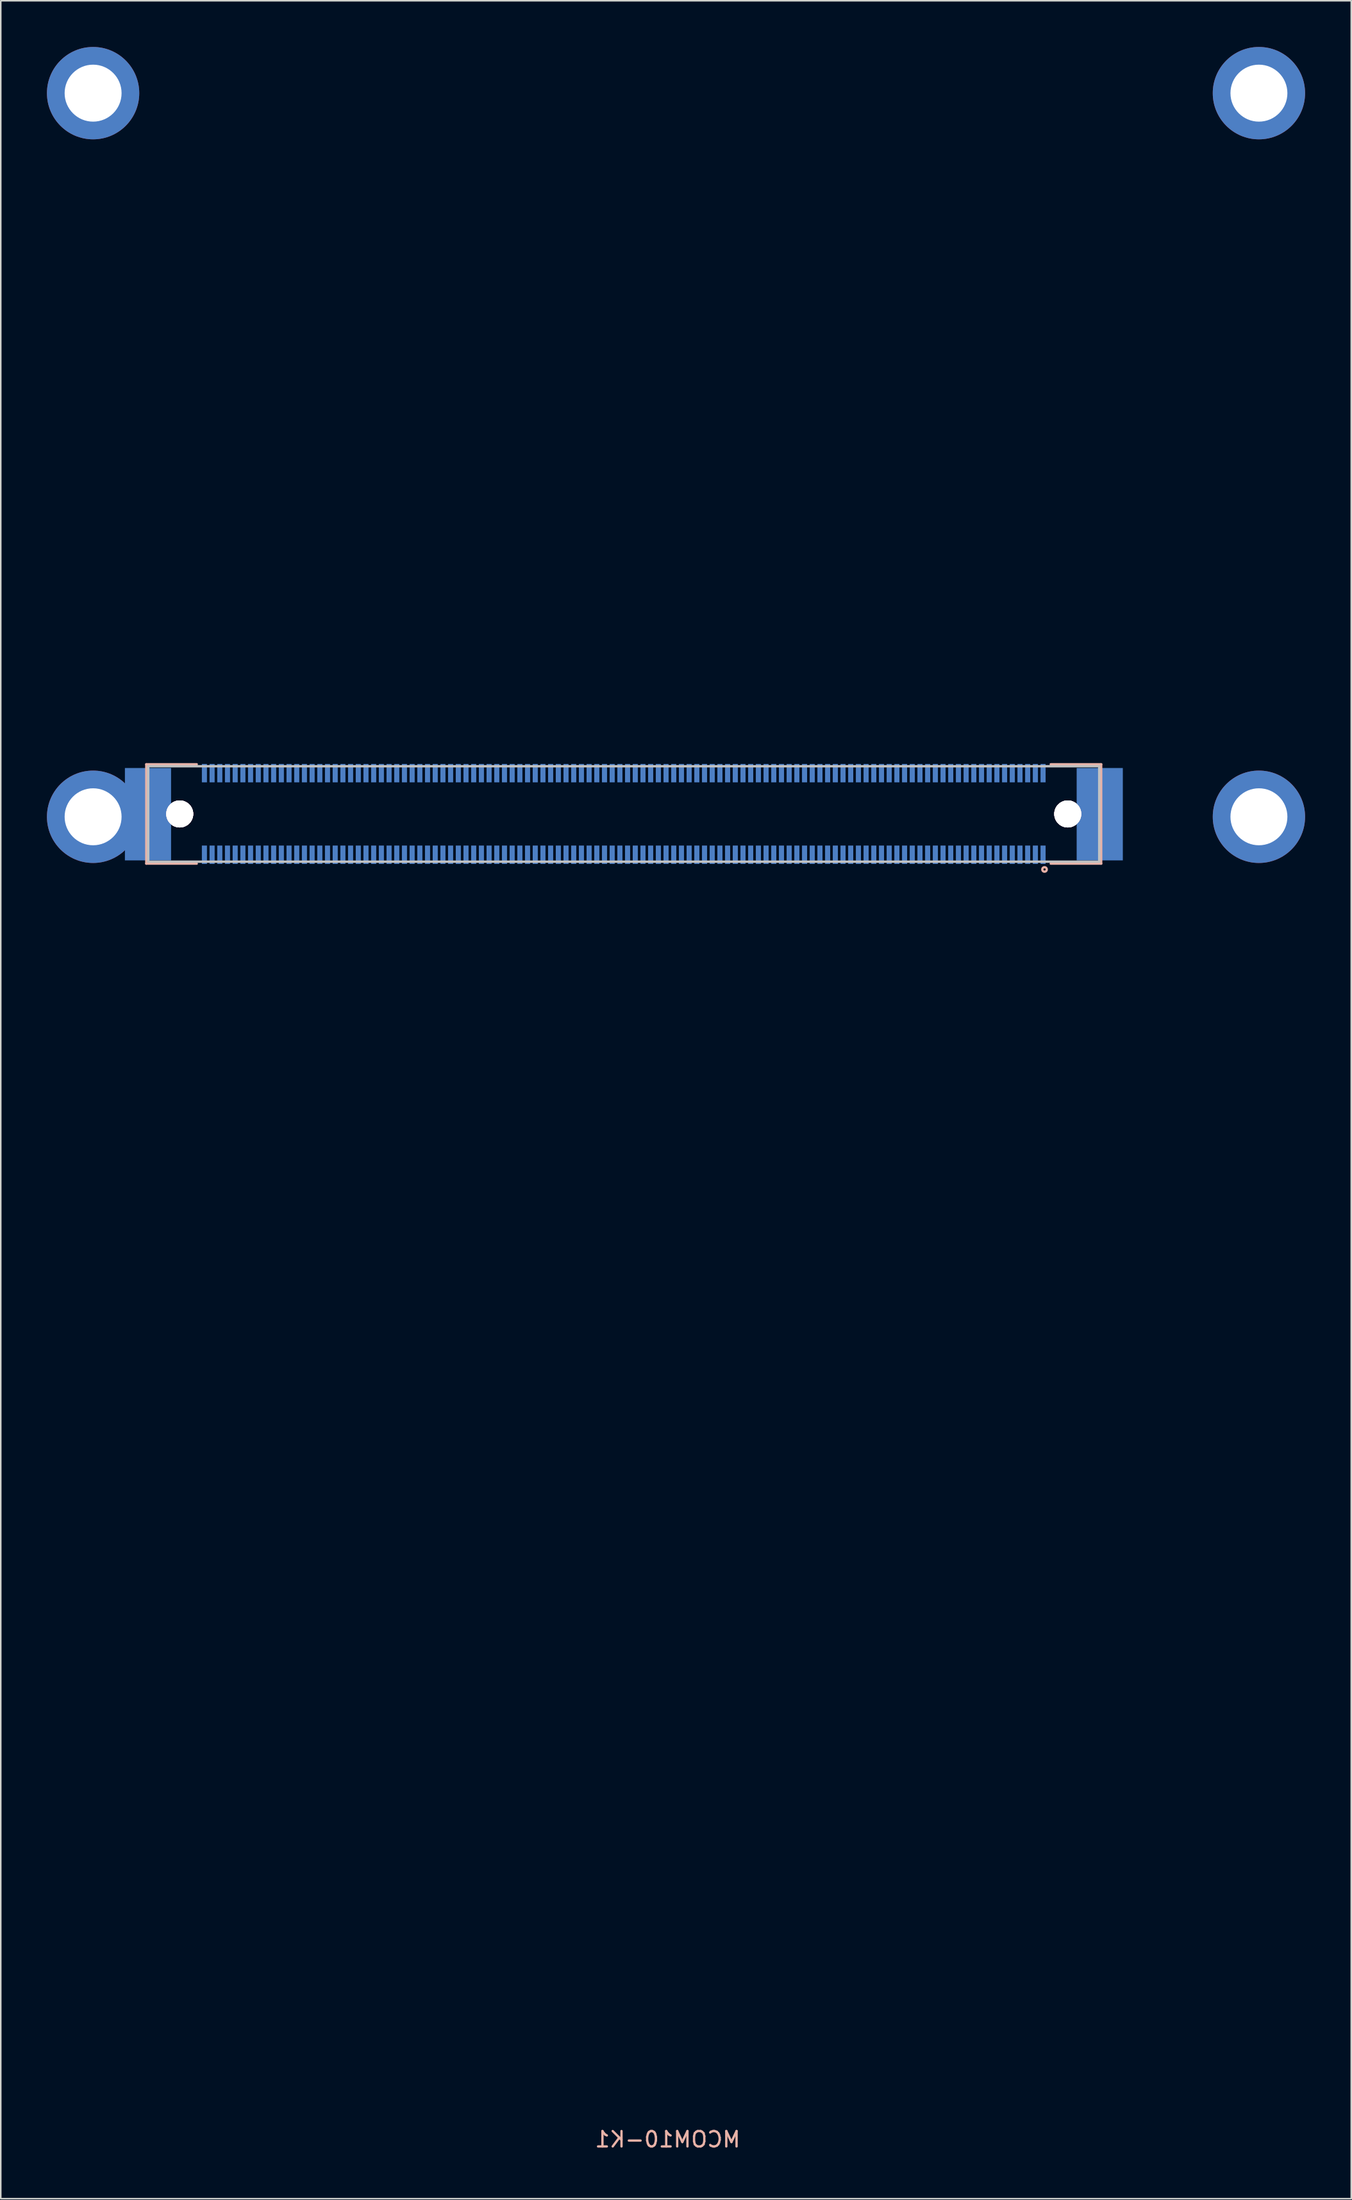
<source format=kicad_pcb>
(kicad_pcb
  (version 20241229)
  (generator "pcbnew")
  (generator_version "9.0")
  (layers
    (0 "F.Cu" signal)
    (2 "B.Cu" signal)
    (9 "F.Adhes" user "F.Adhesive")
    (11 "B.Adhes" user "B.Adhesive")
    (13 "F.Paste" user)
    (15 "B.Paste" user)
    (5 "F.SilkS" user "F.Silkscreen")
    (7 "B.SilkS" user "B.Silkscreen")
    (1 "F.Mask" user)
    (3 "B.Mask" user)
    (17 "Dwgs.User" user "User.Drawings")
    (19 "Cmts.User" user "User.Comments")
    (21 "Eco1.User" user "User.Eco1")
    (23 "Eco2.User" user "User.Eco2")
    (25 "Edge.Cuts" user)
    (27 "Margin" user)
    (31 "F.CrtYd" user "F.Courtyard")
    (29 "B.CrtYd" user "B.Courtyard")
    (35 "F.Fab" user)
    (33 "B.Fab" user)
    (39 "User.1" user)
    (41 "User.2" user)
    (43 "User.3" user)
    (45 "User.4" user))
  (footprint "MCOM10-K1"
    (layer "F.Cu")
    (at 3 50)
    (property "Reference" "MCOM10-K1" (at 37.338 85.906 0) (layer "B.SilkS") (effects (font (size 1 1) (thickness 0.15)) (justify mirror)))
    (attr through_hole)
    (fp_line (start 3.457 -3.41) (end 6.736 -3.41) (stroke (width 0.152) (type solid)) (layer "B.SilkS"))
    (fp_line (start 3.457 3.042) (end 3.457 -3.41) (stroke (width 0.152) (type solid)) (layer "B.SilkS"))
    (fp_line (start 6.735 3.042) (end 3.457 3.042) (stroke (width 0.152) (type solid)) (layer "B.SilkS"))
    (fp_line (start 62.231 -3.41) (end 65.509 -3.41) (stroke (width 0.152) (type solid)) (layer "B.SilkS"))
    (fp_line (start 65.509 -3.41) (end 65.509 3.042) (stroke (width 0.152) (type solid)) (layer "B.SilkS"))
    (fp_line (start 65.509 3.042) (end 62.231 3.042) (stroke (width 0.152) (type solid)) (layer "B.SilkS"))
    (fp_circle (center 61.828 3.42) (end 61.888 3.46) (stroke (width 0.15) (type solid)) (fill no) (layer "B.SilkS"))
    (fp_line (start 3.584 -3.283) (end 65.382 -3.283) (stroke (width 0.152) (type solid)) (layer "Dwgs.User"))
    (fp_line (start 3.584 2.915) (end 3.584 -3.283) (stroke (width 0.152) (type solid)) (layer "Dwgs.User"))
    (fp_line (start 65.382 -3.283) (end 65.382 2.915) (stroke (width 0.152) (type solid)) (layer "Dwgs.User"))
    (fp_line (start 65.382 2.915) (end 3.584 2.915) (stroke (width 0.152) (type solid)) (layer "Dwgs.User"))
    (pad "1" smd rect (at 61.733 2.466) (size 0.33 1.194) (layers "B.Cu" "B.Mask" "B.Paste"))
    (pad "2" smd rect (at 61.233 2.466) (size 0.33 1.194) (layers "B.Cu" "B.Mask" "B.Paste"))
    (pad "3" smd rect (at 60.733 2.466) (size 0.33 1.194) (layers "B.Cu" "B.Mask" "B.Paste"))
    (pad "4" smd rect (at 60.233 2.466) (size 0.33 1.194) (layers "B.Cu" "B.Mask" "B.Paste"))
    (pad "5" smd rect (at 59.733 2.466) (size 0.33 1.194) (layers "B.Cu" "B.Mask" "B.Paste"))
    (pad "6" smd rect (at 59.233 2.466) (size 0.33 1.194) (layers "B.Cu" "B.Mask" "B.Paste"))
    (pad "7" smd rect (at 58.733 2.466) (size 0.33 1.194) (layers "B.Cu" "B.Mask" "B.Paste"))
    (pad "8" smd rect (at 58.233 2.466) (size 0.33 1.194) (layers "B.Cu" "B.Mask" "B.Paste"))
    (pad "9" smd rect (at 57.733 2.466) (size 0.33 1.194) (layers "B.Cu" "B.Mask" "B.Paste"))
    (pad "10" smd rect (at 57.233 2.466) (size 0.33 1.194) (layers "B.Cu" "B.Mask" "B.Paste"))
    (pad "11" smd rect (at 56.733 2.466) (size 0.33 1.194) (layers "B.Cu" "B.Mask" "B.Paste"))
    (pad "12" smd rect (at 56.233 2.466) (size 0.33 1.194) (layers "B.Cu" "B.Mask" "B.Paste"))
    (pad "13" smd rect (at 55.733 2.466) (size 0.33 1.194) (layers "B.Cu" "B.Mask" "B.Paste"))
    (pad "14" smd rect (at 55.233 2.466) (size 0.33 1.194) (layers "B.Cu" "B.Mask" "B.Paste"))
    (pad "15" smd rect (at 54.733 2.466) (size 0.33 1.194) (layers "B.Cu" "B.Mask" "B.Paste"))
    (pad "16" smd rect (at 54.233 2.466) (size 0.33 1.194) (layers "B.Cu" "B.Mask" "B.Paste"))
    (pad "17" smd rect (at 53.733 2.466) (size 0.33 1.194) (layers "B.Cu" "B.Mask" "B.Paste"))
    (pad "18" smd rect (at 53.233 2.466) (size 0.33 1.194) (layers "B.Cu" "B.Mask" "B.Paste"))
    (pad "19" smd rect (at 52.733 2.466) (size 0.33 1.194) (layers "B.Cu" "B.Mask" "B.Paste"))
    (pad "20" smd rect (at 52.233 2.466) (size 0.33 1.194) (layers "B.Cu" "B.Mask" "B.Paste"))
    (pad "21" smd rect (at 51.733 2.466) (size 0.33 1.194) (layers "B.Cu" "B.Mask" "B.Paste"))
    (pad "22" smd rect (at 51.233 2.466) (size 0.33 1.194) (layers "B.Cu" "B.Mask" "B.Paste"))
    (pad "23" smd rect (at 50.733 2.466) (size 0.33 1.194) (layers "B.Cu" "B.Mask" "B.Paste"))
    (pad "24" smd rect (at 50.233 2.466) (size 0.33 1.194) (layers "B.Cu" "B.Mask" "B.Paste"))
    (pad "25" smd rect (at 49.733 2.466) (size 0.33 1.194) (layers "B.Cu" "B.Mask" "B.Paste"))
    (pad "26" smd rect (at 49.233 2.466) (size 0.33 1.194) (layers "B.Cu" "B.Mask" "B.Paste"))
    (pad "27" smd rect (at 48.733 2.466) (size 0.33 1.194) (layers "B.Cu" "B.Mask" "B.Paste"))
    (pad "28" smd rect (at 48.233 2.466) (size 0.33 1.194) (layers "B.Cu" "B.Mask" "B.Paste"))
    (pad "29" smd rect (at 47.733 2.466) (size 0.33 1.194) (layers "B.Cu" "B.Mask" "B.Paste"))
    (pad "30" smd rect (at 47.233 2.466) (size 0.33 1.194) (layers "B.Cu" "B.Mask" "B.Paste"))
    (pad "31" smd rect (at 46.733 2.466) (size 0.33 1.194) (layers "B.Cu" "B.Mask" "B.Paste"))
    (pad "32" smd rect (at 46.233 2.466) (size 0.33 1.194) (layers "B.Cu" "B.Mask" "B.Paste"))
    (pad "33" smd rect (at 45.733 2.466) (size 0.33 1.194) (layers "B.Cu" "B.Mask" "B.Paste"))
    (pad "34" smd rect (at 45.233 2.466) (size 0.33 1.194) (layers "B.Cu" "B.Mask" "B.Paste"))
    (pad "35" smd rect (at 44.733 2.466) (size 0.33 1.194) (layers "B.Cu" "B.Mask" "B.Paste"))
    (pad "36" smd rect (at 44.233 2.466) (size 0.33 1.194) (layers "B.Cu" "B.Mask" "B.Paste"))
    (pad "37" smd rect (at 43.733 2.466) (size 0.33 1.194) (layers "B.Cu" "B.Mask" "B.Paste"))
    (pad "38" smd rect (at 43.233 2.466) (size 0.33 1.194) (layers "B.Cu" "B.Mask" "B.Paste"))
    (pad "39" smd rect (at 42.733 2.466) (size 0.33 1.194) (layers "B.Cu" "B.Mask" "B.Paste"))
    (pad "40" smd rect (at 42.233 2.466) (size 0.33 1.194) (layers "B.Cu" "B.Mask" "B.Paste"))
    (pad "41" smd rect (at 41.733 2.466) (size 0.33 1.194) (layers "B.Cu" "B.Mask" "B.Paste"))
    (pad "42" smd rect (at 41.233 2.466) (size 0.33 1.194) (layers "B.Cu" "B.Mask" "B.Paste"))
    (pad "43" smd rect (at 40.733 2.466) (size 0.33 1.194) (layers "B.Cu" "B.Mask" "B.Paste"))
    (pad "44" smd rect (at 40.233 2.466) (size 0.33 1.194) (layers "B.Cu" "B.Mask" "B.Paste"))
    (pad "45" smd rect (at 39.733 2.466) (size 0.33 1.194) (layers "B.Cu" "B.Mask" "B.Paste"))
    (pad "46" smd rect (at 39.233 2.466) (size 0.33 1.194) (layers "B.Cu" "B.Mask" "B.Paste"))
    (pad "47" smd rect (at 38.733 2.466) (size 0.33 1.194) (layers "B.Cu" "B.Mask" "B.Paste"))
    (pad "48" smd rect (at 38.233 2.466) (size 0.33 1.194) (layers "B.Cu" "B.Mask" "B.Paste"))
    (pad "49" smd rect (at 37.733 2.466) (size 0.33 1.194) (layers "B.Cu" "B.Mask" "B.Paste"))
    (pad "50" smd rect (at 37.233 2.466) (size 0.33 1.194) (layers "B.Cu" "B.Mask" "B.Paste"))
    (pad "51" smd rect (at 36.733 2.466) (size 0.33 1.194) (layers "B.Cu" "B.Mask" "B.Paste"))
    (pad "52" smd rect (at 36.233 2.466) (size 0.33 1.194) (layers "B.Cu" "B.Mask" "B.Paste"))
    (pad "53" smd rect (at 35.733 2.466) (size 0.33 1.194) (layers "B.Cu" "B.Mask" "B.Paste"))
    (pad "54" smd rect (at 35.233 2.466) (size 0.33 1.194) (layers "B.Cu" "B.Mask" "B.Paste"))
    (pad "55" smd rect (at 34.733 2.466) (size 0.33 1.194) (layers "B.Cu" "B.Mask" "B.Paste"))
    (pad "56" smd rect (at 34.233 2.466) (size 0.33 1.194) (layers "B.Cu" "B.Mask" "B.Paste"))
    (pad "57" smd rect (at 33.733 2.466) (size 0.33 1.194) (layers "B.Cu" "B.Mask" "B.Paste"))
    (pad "58" smd rect (at 33.233 2.466) (size 0.33 1.194) (layers "B.Cu" "B.Mask" "B.Paste"))
    (pad "59" smd rect (at 32.733 2.466) (size 0.33 1.194) (layers "B.Cu" "B.Mask" "B.Paste"))
    (pad "60" smd rect (at 32.233 2.466) (size 0.33 1.194) (layers "B.Cu" "B.Mask" "B.Paste"))
    (pad "61" smd rect (at 31.733 2.466) (size 0.33 1.194) (layers "B.Cu" "B.Mask" "B.Paste"))
    (pad "62" smd rect (at 31.233 2.466) (size 0.33 1.194) (layers "B.Cu" "B.Mask" "B.Paste"))
    (pad "63" smd rect (at 30.733 2.466) (size 0.33 1.194) (layers "B.Cu" "B.Mask" "B.Paste"))
    (pad "64" smd rect (at 30.233 2.466) (size 0.33 1.194) (layers "B.Cu" "B.Mask" "B.Paste"))
    (pad "65" smd rect (at 29.733 2.466) (size 0.33 1.194) (layers "B.Cu" "B.Mask" "B.Paste"))
    (pad "66" smd rect (at 29.233 2.466) (size 0.33 1.194) (layers "B.Cu" "B.Mask" "B.Paste"))
    (pad "67" smd rect (at 28.733 2.466) (size 0.33 1.194) (layers "B.Cu" "B.Mask" "B.Paste"))
    (pad "68" smd rect (at 28.233 2.466) (size 0.33 1.194) (layers "B.Cu" "B.Mask" "B.Paste"))
    (pad "69" smd rect (at 27.733 2.466) (size 0.33 1.194) (layers "B.Cu" "B.Mask" "B.Paste"))
    (pad "70" smd rect (at 27.233 2.466) (size 0.33 1.194) (layers "B.Cu" "B.Mask" "B.Paste"))
    (pad "71" smd rect (at 26.733 2.466) (size 0.33 1.194) (layers "B.Cu" "B.Mask" "B.Paste"))
    (pad "72" smd rect (at 26.233 2.466) (size 0.33 1.194) (layers "B.Cu" "B.Mask" "B.Paste"))
    (pad "73" smd rect (at 25.733 2.466) (size 0.33 1.194) (layers "B.Cu" "B.Mask" "B.Paste"))
    (pad "74" smd rect (at 25.233 2.466) (size 0.33 1.194) (layers "B.Cu" "B.Mask" "B.Paste"))
    (pad "75" smd rect (at 24.733 2.466) (size 0.33 1.194) (layers "B.Cu" "B.Mask" "B.Paste"))
    (pad "76" smd rect (at 24.233 2.466) (size 0.33 1.194) (layers "B.Cu" "B.Mask" "B.Paste"))
    (pad "77" smd rect (at 23.733 2.466) (size 0.33 1.194) (layers "B.Cu" "B.Mask" "B.Paste"))
    (pad "78" smd rect (at 23.233 2.466) (size 0.33 1.194) (layers "B.Cu" "B.Mask" "B.Paste"))
    (pad "79" smd rect (at 22.733 2.466) (size 0.33 1.194) (layers "B.Cu" "B.Mask" "B.Paste"))
    (pad "80" smd rect (at 22.233 2.466) (size 0.33 1.194) (layers "B.Cu" "B.Mask" "B.Paste"))
    (pad "81" smd rect (at 21.733 2.466) (size 0.33 1.194) (layers "B.Cu" "B.Mask" "B.Paste"))
    (pad "82" smd rect (at 21.233 2.466) (size 0.33 1.194) (layers "B.Cu" "B.Mask" "B.Paste"))
    (pad "83" smd rect (at 20.733 2.466) (size 0.33 1.194) (layers "B.Cu" "B.Mask" "B.Paste"))
    (pad "84" smd rect (at 20.233 2.466) (size 0.33 1.194) (layers "B.Cu" "B.Mask" "B.Paste"))
    (pad "85" smd rect (at 19.733 2.466) (size 0.33 1.194) (layers "B.Cu" "B.Mask" "B.Paste"))
    (pad "86" smd rect (at 19.233 2.466) (size 0.33 1.194) (layers "B.Cu" "B.Mask" "B.Paste"))
    (pad "87" smd rect (at 18.733 2.466) (size 0.33 1.194) (layers "B.Cu" "B.Mask" "B.Paste"))
    (pad "88" smd rect (at 18.233 2.466) (size 0.33 1.194) (layers "B.Cu" "B.Mask" "B.Paste"))
    (pad "89" smd rect (at 17.733 2.466) (size 0.33 1.194) (layers "B.Cu" "B.Mask" "B.Paste"))
    (pad "90" smd rect (at 17.233 2.466) (size 0.33 1.194) (layers "B.Cu" "B.Mask" "B.Paste"))
    (pad "91" smd rect (at 16.733 2.466) (size 0.33 1.194) (layers "B.Cu" "B.Mask" "B.Paste"))
    (pad "92" smd rect (at 16.233 2.466) (size 0.33 1.194) (layers "B.Cu" "B.Mask" "B.Paste"))
    (pad "93" smd rect (at 15.733 2.466) (size 0.33 1.194) (layers "B.Cu" "B.Mask" "B.Paste"))
    (pad "94" smd rect (at 15.233 2.466) (size 0.33 1.194) (layers "B.Cu" "B.Mask" "B.Paste"))
    (pad "95" smd rect (at 14.733 2.466) (size 0.33 1.194) (layers "B.Cu" "B.Mask" "B.Paste"))
    (pad "96" smd rect (at 14.233 2.466) (size 0.33 1.194) (layers "B.Cu" "B.Mask" "B.Paste"))
    (pad "97" smd rect (at 13.733 2.466) (size 0.33 1.194) (layers "B.Cu" "B.Mask" "B.Paste"))
    (pad "98" smd rect (at 13.233 2.466) (size 0.33 1.194) (layers "B.Cu" "B.Mask" "B.Paste"))
    (pad "99" smd rect (at 12.733 2.466) (size 0.33 1.194) (layers "B.Cu" "B.Mask" "B.Paste"))
    (pad "100" smd rect (at 12.233 2.466) (size 0.33 1.194) (layers "B.Cu" "B.Mask" "B.Paste"))
    (pad "101" smd rect (at 11.733 2.466) (size 0.33 1.194) (layers "B.Cu" "B.Mask" "B.Paste"))
    (pad "102" smd rect (at 11.233 2.466) (size 0.33 1.194) (layers "B.Cu" "B.Mask" "B.Paste"))
    (pad "103" smd rect (at 10.733 2.466) (size 0.33 1.194) (layers "B.Cu" "B.Mask" "B.Paste"))
    (pad "104" smd rect (at 10.233 2.466) (size 0.33 1.194) (layers "B.Cu" "B.Mask" "B.Paste"))
    (pad "105" smd rect (at 9.733 2.466) (size 0.33 1.194) (layers "B.Cu" "B.Mask" "B.Paste"))
    (pad "106" smd rect (at 9.233 2.466) (size 0.33 1.194) (layers "B.Cu" "B.Mask" "B.Paste"))
    (pad "107" smd rect (at 8.733 2.466) (size 0.33 1.194) (layers "B.Cu" "B.Mask" "B.Paste"))
    (pad "108" smd rect (at 8.233 2.466) (size 0.33 1.194) (layers "B.Cu" "B.Mask" "B.Paste"))
    (pad "109" smd rect (at 7.733 2.466) (size 0.33 1.194) (layers "B.Cu" "B.Mask" "B.Paste"))
    (pad "110" smd rect (at 7.233 2.466) (size 0.33 1.194) (layers "B.Cu" "B.Mask" "B.Paste"))
    (pad "111" smd rect (at 61.733 -2.834) (size 0.33 1.194) (layers "B.Cu" "B.Mask" "B.Paste"))
    (pad "112" smd rect (at 61.233 -2.834) (size 0.33 1.194) (layers "B.Cu" "B.Mask" "B.Paste"))
    (pad "113" smd rect (at 60.733 -2.834) (size 0.33 1.194) (layers "B.Cu" "B.Mask" "B.Paste"))
    (pad "114" smd rect (at 60.233 -2.834) (size 0.33 1.194) (layers "B.Cu" "B.Mask" "B.Paste"))
    (pad "115" smd rect (at 59.733 -2.834) (size 0.33 1.194) (layers "B.Cu" "B.Mask" "B.Paste"))
    (pad "116" smd rect (at 59.233 -2.834) (size 0.33 1.194) (layers "B.Cu" "B.Mask" "B.Paste"))
    (pad "117" smd rect (at 58.733 -2.834) (size 0.33 1.194) (layers "B.Cu" "B.Mask" "B.Paste"))
    (pad "118" smd rect (at 58.233 -2.834) (size 0.33 1.194) (layers "B.Cu" "B.Mask" "B.Paste"))
    (pad "119" smd rect (at 57.733 -2.834) (size 0.33 1.194) (layers "B.Cu" "B.Mask" "B.Paste"))
    (pad "120" smd rect (at 57.233 -2.834) (size 0.33 1.194) (layers "B.Cu" "B.Mask" "B.Paste"))
    (pad "121" smd rect (at 56.733 -2.834) (size 0.33 1.194) (layers "B.Cu" "B.Mask" "B.Paste"))
    (pad "122" smd rect (at 56.233 -2.834) (size 0.33 1.194) (layers "B.Cu" "B.Mask" "B.Paste"))
    (pad "123" smd rect (at 55.733 -2.834) (size 0.33 1.194) (layers "B.Cu" "B.Mask" "B.Paste"))
    (pad "124" smd rect (at 55.233 -2.834) (size 0.33 1.194) (layers "B.Cu" "B.Mask" "B.Paste"))
    (pad "125" smd rect (at 54.733 -2.834) (size 0.33 1.194) (layers "B.Cu" "B.Mask" "B.Paste"))
    (pad "126" smd rect (at 54.233 -2.834) (size 0.33 1.194) (layers "B.Cu" "B.Mask" "B.Paste"))
    (pad "127" smd rect (at 53.733 -2.834) (size 0.33 1.194) (layers "B.Cu" "B.Mask" "B.Paste"))
    (pad "128" smd rect (at 53.233 -2.834) (size 0.33 1.194) (layers "B.Cu" "B.Mask" "B.Paste"))
    (pad "129" smd rect (at 52.733 -2.834) (size 0.33 1.194) (layers "B.Cu" "B.Mask" "B.Paste"))
    (pad "130" smd rect (at 52.233 -2.834) (size 0.33 1.194) (layers "B.Cu" "B.Mask" "B.Paste"))
    (pad "131" smd rect (at 51.733 -2.834) (size 0.33 1.194) (layers "B.Cu" "B.Mask" "B.Paste"))
    (pad "132" smd rect (at 51.233 -2.834) (size 0.33 1.194) (layers "B.Cu" "B.Mask" "B.Paste"))
    (pad "133" smd rect (at 50.733 -2.834) (size 0.33 1.194) (layers "B.Cu" "B.Mask" "B.Paste"))
    (pad "134" smd rect (at 50.233 -2.834) (size 0.33 1.194) (layers "B.Cu" "B.Mask" "B.Paste"))
    (pad "135" smd rect (at 49.733 -2.834) (size 0.33 1.194) (layers "B.Cu" "B.Mask" "B.Paste"))
    (pad "136" smd rect (at 49.233 -2.834) (size 0.33 1.194) (layers "B.Cu" "B.Mask" "B.Paste"))
    (pad "137" smd rect (at 48.733 -2.834) (size 0.33 1.194) (layers "B.Cu" "B.Mask" "B.Paste"))
    (pad "138" smd rect (at 48.233 -2.834) (size 0.33 1.194) (layers "B.Cu" "B.Mask" "B.Paste"))
    (pad "139" smd rect (at 47.733 -2.834) (size 0.33 1.194) (layers "B.Cu" "B.Mask" "B.Paste"))
    (pad "140" smd rect (at 47.233 -2.834) (size 0.33 1.194) (layers "B.Cu" "B.Mask" "B.Paste"))
    (pad "141" smd rect (at 46.733 -2.834) (size 0.33 1.194) (layers "B.Cu" "B.Mask" "B.Paste"))
    (pad "142" smd rect (at 46.233 -2.834) (size 0.33 1.194) (layers "B.Cu" "B.Mask" "B.Paste"))
    (pad "143" smd rect (at 45.733 -2.834) (size 0.33 1.194) (layers "B.Cu" "B.Mask" "B.Paste"))
    (pad "144" smd rect (at 45.233 -2.834) (size 0.33 1.194) (layers "B.Cu" "B.Mask" "B.Paste"))
    (pad "145" smd rect (at 44.733 -2.834) (size 0.33 1.194) (layers "B.Cu" "B.Mask" "B.Paste"))
    (pad "146" smd rect (at 44.233 -2.834) (size 0.33 1.194) (layers "B.Cu" "B.Mask" "B.Paste"))
    (pad "147" smd rect (at 43.733 -2.834) (size 0.33 1.194) (layers "B.Cu" "B.Mask" "B.Paste"))
    (pad "148" smd rect (at 43.233 -2.834) (size 0.33 1.194) (layers "B.Cu" "B.Mask" "B.Paste"))
    (pad "149" smd rect (at 42.733 -2.834) (size 0.33 1.194) (layers "B.Cu" "B.Mask" "B.Paste"))
    (pad "150" smd rect (at 42.233 -2.834) (size 0.33 1.194) (layers "B.Cu" "B.Mask" "B.Paste"))
    (pad "151" smd rect (at 41.733 -2.834) (size 0.33 1.194) (layers "B.Cu" "B.Mask" "B.Paste"))
    (pad "152" smd rect (at 41.233 -2.834) (size 0.33 1.194) (layers "B.Cu" "B.Mask" "B.Paste"))
    (pad "153" smd rect (at 40.733 -2.834) (size 0.33 1.194) (layers "B.Cu" "B.Mask" "B.Paste"))
    (pad "154" smd rect (at 40.233 -2.834) (size 0.33 1.194) (layers "B.Cu" "B.Mask" "B.Paste"))
    (pad "155" smd rect (at 39.733 -2.834) (size 0.33 1.194) (layers "B.Cu" "B.Mask" "B.Paste"))
    (pad "156" smd rect (at 39.233 -2.834) (size 0.33 1.194) (layers "B.Cu" "B.Mask" "B.Paste"))
    (pad "157" smd rect (at 38.733 -2.834) (size 0.33 1.194) (layers "B.Cu" "B.Mask" "B.Paste"))
    (pad "158" smd rect (at 38.233 -2.834) (size 0.33 1.194) (layers "B.Cu" "B.Mask" "B.Paste"))
    (pad "159" smd rect (at 37.733 -2.834) (size 0.33 1.194) (layers "B.Cu" "B.Mask" "B.Paste"))
    (pad "160" smd rect (at 37.233 -2.834) (size 0.33 1.194) (layers "B.Cu" "B.Mask" "B.Paste"))
    (pad "161" smd rect (at 36.733 -2.834) (size 0.33 1.194) (layers "B.Cu" "B.Mask" "B.Paste"))
    (pad "162" smd rect (at 36.233 -2.834) (size 0.33 1.194) (layers "B.Cu" "B.Mask" "B.Paste"))
    (pad "163" smd rect (at 35.733 -2.834) (size 0.33 1.194) (layers "B.Cu" "B.Mask" "B.Paste"))
    (pad "164" smd rect (at 35.233 -2.834) (size 0.33 1.194) (layers "B.Cu" "B.Mask" "B.Paste"))
    (pad "165" smd rect (at 34.733 -2.834) (size 0.33 1.194) (layers "B.Cu" "B.Mask" "B.Paste"))
    (pad "166" smd rect (at 34.233 -2.834) (size 0.33 1.194) (layers "B.Cu" "B.Mask" "B.Paste"))
    (pad "167" smd rect (at 33.733 -2.834) (size 0.33 1.194) (layers "B.Cu" "B.Mask" "B.Paste"))
    (pad "168" smd rect (at 33.233 -2.834) (size 0.33 1.194) (layers "B.Cu" "B.Mask" "B.Paste"))
    (pad "169" smd rect (at 32.733 -2.834) (size 0.33 1.194) (layers "B.Cu" "B.Mask" "B.Paste"))
    (pad "170" smd rect (at 32.233 -2.834) (size 0.33 1.194) (layers "B.Cu" "B.Mask" "B.Paste"))
    (pad "171" smd rect (at 31.733 -2.834) (size 0.33 1.194) (layers "B.Cu" "B.Mask" "B.Paste"))
    (pad "172" smd rect (at 31.233 -2.834) (size 0.33 1.194) (layers "B.Cu" "B.Mask" "B.Paste"))
    (pad "173" smd rect (at 30.733 -2.834) (size 0.33 1.194) (layers "B.Cu" "B.Mask" "B.Paste"))
    (pad "174" smd rect (at 30.233 -2.834) (size 0.33 1.194) (layers "B.Cu" "B.Mask" "B.Paste"))
    (pad "175" smd rect (at 29.733 -2.834) (size 0.33 1.194) (layers "B.Cu" "B.Mask" "B.Paste"))
    (pad "176" smd rect (at 29.233 -2.834) (size 0.33 1.194) (layers "B.Cu" "B.Mask" "B.Paste"))
    (pad "177" smd rect (at 28.733 -2.834) (size 0.33 1.194) (layers "B.Cu" "B.Mask" "B.Paste"))
    (pad "178" smd rect (at 28.233 -2.834) (size 0.33 1.194) (layers "B.Cu" "B.Mask" "B.Paste"))
    (pad "179" smd rect (at 27.733 -2.834) (size 0.33 1.194) (layers "B.Cu" "B.Mask" "B.Paste"))
    (pad "180" smd rect (at 27.233 -2.834) (size 0.33 1.194) (layers "B.Cu" "B.Mask" "B.Paste"))
    (pad "181" smd rect (at 26.733 -2.834) (size 0.33 1.194) (layers "B.Cu" "B.Mask" "B.Paste"))
    (pad "182" smd rect (at 26.233 -2.834) (size 0.33 1.194) (layers "B.Cu" "B.Mask" "B.Paste"))
    (pad "183" smd rect (at 25.733 -2.834) (size 0.33 1.194) (layers "B.Cu" "B.Mask" "B.Paste"))
    (pad "184" smd rect (at 25.233 -2.834) (size 0.33 1.194) (layers "B.Cu" "B.Mask" "B.Paste"))
    (pad "185" smd rect (at 24.733 -2.834) (size 0.33 1.194) (layers "B.Cu" "B.Mask" "B.Paste"))
    (pad "186" smd rect (at 24.233 -2.834) (size 0.33 1.194) (layers "B.Cu" "B.Mask" "B.Paste"))
    (pad "187" smd rect (at 23.733 -2.834) (size 0.33 1.194) (layers "B.Cu" "B.Mask" "B.Paste"))
    (pad "188" smd rect (at 23.233 -2.834) (size 0.33 1.194) (layers "B.Cu" "B.Mask" "B.Paste"))
    (pad "189" smd rect (at 22.733 -2.834) (size 0.33 1.194) (layers "B.Cu" "B.Mask" "B.Paste"))
    (pad "190" smd rect (at 22.233 -2.834) (size 0.33 1.194) (layers "B.Cu" "B.Mask" "B.Paste"))
    (pad "191" smd rect (at 21.733 -2.834) (size 0.33 1.194) (layers "B.Cu" "B.Mask" "B.Paste"))
    (pad "192" smd rect (at 21.233 -2.834) (size 0.33 1.194) (layers "B.Cu" "B.Mask" "B.Paste"))
    (pad "193" smd rect (at 20.733 -2.834) (size 0.33 1.194) (layers "B.Cu" "B.Mask" "B.Paste"))
    (pad "194" smd rect (at 20.233 -2.834) (size 0.33 1.194) (layers "B.Cu" "B.Mask" "B.Paste"))
    (pad "195" smd rect (at 19.733 -2.834) (size 0.33 1.194) (layers "B.Cu" "B.Mask" "B.Paste"))
    (pad "196" smd rect (at 19.233 -2.834) (size 0.33 1.194) (layers "B.Cu" "B.Mask" "B.Paste"))
    (pad "197" smd rect (at 18.733 -2.834) (size 0.33 1.194) (layers "B.Cu" "B.Mask" "B.Paste"))
    (pad "198" smd rect (at 18.233 -2.834) (size 0.33 1.194) (layers "B.Cu" "B.Mask" "B.Paste"))
    (pad "199" smd rect (at 17.733 -2.834) (size 0.33 1.194) (layers "B.Cu" "B.Mask" "B.Paste"))
    (pad "200" smd rect (at 17.233 -2.834) (size 0.33 1.194) (layers "B.Cu" "B.Mask" "B.Paste"))
    (pad "201" smd rect (at 16.733 -2.834) (size 0.33 1.194) (layers "B.Cu" "B.Mask" "B.Paste"))
    (pad "202" smd rect (at 16.233 -2.834) (size 0.33 1.194) (layers "B.Cu" "B.Mask" "B.Paste"))
    (pad "203" smd rect (at 15.733 -2.834) (size 0.33 1.194) (layers "B.Cu" "B.Mask" "B.Paste"))
    (pad "204" smd rect (at 15.233 -2.834) (size 0.33 1.194) (layers "B.Cu" "B.Mask" "B.Paste"))
    (pad "205" smd rect (at 14.733 -2.834) (size 0.33 1.194) (layers "B.Cu" "B.Mask" "B.Paste"))
    (pad "206" smd rect (at 14.233 -2.834) (size 0.33 1.194) (layers "B.Cu" "B.Mask" "B.Paste"))
    (pad "207" smd rect (at 13.733 -2.834) (size 0.33 1.194) (layers "B.Cu" "B.Mask" "B.Paste"))
    (pad "208" smd rect (at 13.233 -2.834) (size 0.33 1.194) (layers "B.Cu" "B.Mask" "B.Paste"))
    (pad "209" smd rect (at 12.733 -2.834) (size 0.33 1.194) (layers "B.Cu" "B.Mask" "B.Paste"))
    (pad "210" smd rect (at 12.233 -2.834) (size 0.33 1.194) (layers "B.Cu" "B.Mask" "B.Paste"))
    (pad "211" smd rect (at 11.733 -2.834) (size 0.33 1.194) (layers "B.Cu" "B.Mask" "B.Paste"))
    (pad "212" smd rect (at 11.233 -2.834) (size 0.33 1.194) (layers "B.Cu" "B.Mask" "B.Paste"))
    (pad "213" smd rect (at 10.733 -2.834) (size 0.33 1.194) (layers "B.Cu" "B.Mask" "B.Paste"))
    (pad "214" smd rect (at 10.233 -2.834) (size 0.33 1.194) (layers "B.Cu" "B.Mask" "B.Paste"))
    (pad "215" smd rect (at 9.733 -2.834) (size 0.33 1.194) (layers "B.Cu" "B.Mask" "B.Paste"))
    (pad "216" smd rect (at 9.233 -2.834) (size 0.33 1.194) (layers "B.Cu" "B.Mask" "B.Paste"))
    (pad "217" smd rect (at 8.733 -2.834) (size 0.33 1.194) (layers "B.Cu" "B.Mask" "B.Paste"))
    (pad "218" smd rect (at 8.233 -2.834) (size 0.33 1.194) (layers "B.Cu" "B.Mask" "B.Paste"))
    (pad "219" smd rect (at 7.733 -2.834) (size 0.33 1.194) (layers "B.Cu" "B.Mask" "B.Paste"))
    (pad "220" smd rect (at 7.233 -2.834) (size 0.33 1.194) (layers "B.Cu" "B.Mask" "B.Paste"))
    (pad "221" thru_hole circle (at 63.337 -0.184) (size 1.753 1.753) (drill 1.753) (layers "*.Cu" "B.SilkS"))
    (pad "221" thru_hole circle (at 63.337 -0.184) (size 1.753 1.753) (drill 1.753) (layers "*.Cu" "B.SilkS"))
    (pad "222" thru_hole circle (at 5.629 -0.184) (size 1.753 1.753) (drill 1.753) (layers "*.Cu" "B.SilkS"))
    (pad "222" thru_hole circle (at 5.629 -0.184) (size 1.753 1.753) (drill 1.753) (layers "*.Cu" "B.SilkS"))
    (pad "223" smd rect (at 65.416 -0.167) (size 3 6) (layers "B.Cu" "B.Mask" "B.Paste"))
    (pad "224" smd rect (at 3.567 -0.167) (size 3 6) (layers "B.Cu" "B.Mask" "B.Paste"))
    (pad "225" thru_hole circle (at 75.76 -47) (size 6 6) (drill 3.7) (layers "*.Cu" "*.Mask"))
    (pad "226" thru_hole circle (at 75.76 0) (size 6 6) (drill 3.7) (layers "*.Cu" "*.Mask"))
    (pad "227" thru_hole circle (at 0 0) (size 6 6) (drill 3.7) (layers "*.Cu" "*.Mask"))
    (pad "228" thru_hole circle (at 0 -47) (size 6 6) (drill 3.7) (layers "*.Cu" "*.Mask")))
  (gr_rect
    (start -3 -3)
    (end 84.76 139.754)
    (stroke (width 0.1) (type default))
    (fill no)
    (layer "Edge.Cuts")))
</source>
